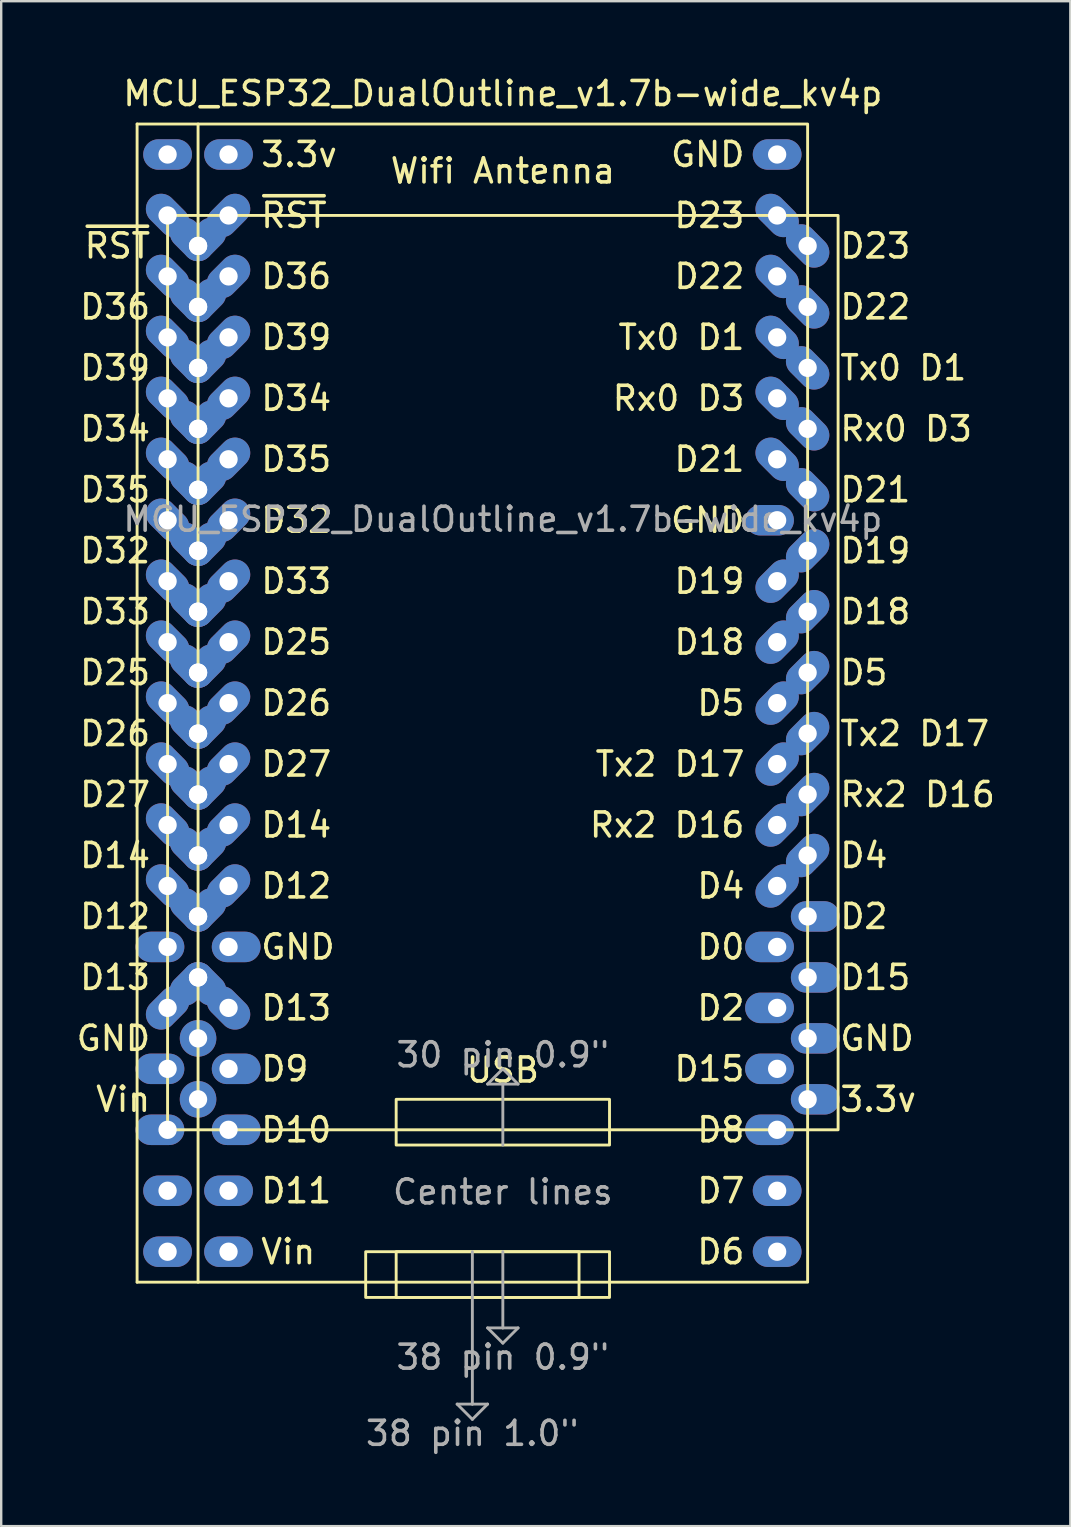
<source format=kicad_pcb>
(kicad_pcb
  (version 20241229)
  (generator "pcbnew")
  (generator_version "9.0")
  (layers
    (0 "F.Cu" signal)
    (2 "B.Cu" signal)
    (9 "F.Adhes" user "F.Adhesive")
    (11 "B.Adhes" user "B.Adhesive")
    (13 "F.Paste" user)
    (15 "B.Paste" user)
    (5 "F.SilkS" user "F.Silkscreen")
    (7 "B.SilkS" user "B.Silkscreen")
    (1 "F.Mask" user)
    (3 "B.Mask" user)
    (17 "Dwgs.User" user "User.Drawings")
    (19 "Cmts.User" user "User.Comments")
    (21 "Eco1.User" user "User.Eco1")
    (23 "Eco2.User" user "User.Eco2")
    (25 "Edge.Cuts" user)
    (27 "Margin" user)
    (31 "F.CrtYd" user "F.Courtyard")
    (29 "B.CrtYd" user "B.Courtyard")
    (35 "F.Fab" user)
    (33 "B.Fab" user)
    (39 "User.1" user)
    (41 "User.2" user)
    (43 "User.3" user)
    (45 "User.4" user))
  (footprint "MCU_ESP32_DualOutline_v1.7b-wide_kv4p"
    (layer "F.Cu")
    (at 17.903 26.248)
    (property "Reference" "MCU_ESP32_DualOutline_v1.7b-wide_kv4p" (at 0 -25.4 0) (unlocked yes) (layer "F.SilkS") (effects (font (size 1 1) (thickness 0.15))))
    (attr through_hole)
    (fp_line (start -15.24 -24.13) (end -15.24 24.13) (stroke (width 0.12) (type default)) (layer "F.SilkS"))
    (fp_line (start -15.24 24.13) (end -12.7 24.13) (stroke (width 0.12) (type default)) (layer "F.SilkS"))
    (fp_line (start -12.7 -24.13) (end -15.24 -24.13) (stroke (width 0.12) (type default)) (layer "F.SilkS"))
    (fp_rect (start -13.97 -20.32) (end 13.97 17.78) (stroke (width 0.12) (type default)) (fill no) (layer "F.SilkS"))
    (fp_rect (start -12.7 -24.13) (end 12.7 24.13) (stroke (width 0.12) (type default)) (fill no) (layer "F.SilkS"))
    (fp_rect (start -5.715 22.86) (end 3.175 24.765) (stroke (width 0.12) (type default)) (fill no) (layer "F.SilkS"))
    (fp_rect (start -4.445 16.51) (end 4.445 18.415) (stroke (width 0.12) (type default)) (fill no) (layer "F.SilkS"))
    (fp_rect (start -4.445 22.86) (end 4.445 24.765) (stroke (width 0.12) (type default)) (fill no) (layer "F.SilkS"))
    (fp_line (start -1.905 29.21) (end -1.27 29.845) (stroke (width 0.12) (type default)) (layer "F.Fab"))
    (fp_line (start -1.27 29.21) (end -1.905 29.21) (stroke (width 0.12) (type default)) (layer "F.Fab"))
    (fp_line (start -1.27 29.21) (end -1.27 22.86) (stroke (width 0.12) (type default)) (layer "F.Fab"))
    (fp_line (start -1.27 29.845) (end -0.635 29.21) (stroke (width 0.12) (type default)) (layer "F.Fab"))
    (fp_line (start -0.635 15.875) (end 0 15.24) (stroke (width 0.12) (type default)) (layer "F.Fab"))
    (fp_line (start -0.635 26.035) (end 0 26.035) (stroke (width 0.12) (type default)) (layer "F.Fab"))
    (fp_line (start -0.635 29.21) (end -1.27 29.21) (stroke (width 0.12) (type default)) (layer "F.Fab"))
    (fp_line (start 0 15.24) (end 0.635 15.875) (stroke (width 0.12) (type default)) (layer "F.Fab"))
    (fp_line (start 0 15.875) (end -0.635 15.875) (stroke (width 0.12) (type default)) (layer "F.Fab"))
    (fp_line (start 0 18.415) (end 0 15.875) (stroke (width 0.12) (type default)) (layer "F.Fab"))
    (fp_line (start 0 22.86) (end 0 26.035) (stroke (width 0.12) (type default)) (layer "F.Fab"))
    (fp_line (start 0 26.035) (end 0.635 26.035) (stroke (width 0.12) (type default)) (layer "F.Fab"))
    (fp_line (start 0 26.67) (end -0.635 26.035) (stroke (width 0.12) (type default)) (layer "F.Fab"))
    (fp_line (start 0.635 15.875) (end 0 15.875) (stroke (width 0.12) (type default)) (layer "F.Fab"))
    (fp_line (start 0.635 26.035) (end 0 26.67) (stroke (width 0.12) (type default)) (layer "F.Fab"))
    (fp_text user "D33" (at -10.16 -5.08 0) (unlocked yes) (layer "F.SilkS") (effects (font (size 1 1) (thickness 0.15)) (justify left)))
    (fp_text user "Rx0 D3" (at 13.97 -11.43 0) (unlocked yes) (layer "F.SilkS") (effects (font (size 1 1) (thickness 0.15)) (justify left)))
    (fp_text user "D14" (at -14.605 6.35 0) (unlocked yes) (layer "F.SilkS") (effects (font (size 1 1) (thickness 0.15)) (justify right)))
    (fp_text user "D22" (at 13.97 -16.51 0) (unlocked yes) (layer "F.SilkS") (effects (font (size 1 1) (thickness 0.15)) (justify left)))
    (fp_text user "D32" (at -10.16 -7.62 0) (unlocked yes) (layer "F.SilkS") (effects (font (size 1 1) (thickness 0.15)) (justify left)))
    (fp_text user "Tx0 D1" (at 13.97 -13.97 0) (unlocked yes) (layer "F.SilkS") (effects (font (size 1 1) (thickness 0.15)) (justify left)))
    (fp_text user "D23" (at 13.97 -19.05 0) (unlocked yes) (layer "F.SilkS") (effects (font (size 1 1) (thickness 0.15)) (justify left)))
    (fp_text user "D27" (at -10.16 2.54 0) (unlocked yes) (layer "F.SilkS") (effects (font (size 1 1) (thickness 0.15)) (justify left)))
    (fp_text user "D22" (at 10.16 -17.78 0) (unlocked yes) (layer "F.SilkS") (effects (font (size 1 1) (thickness 0.15)) (justify right)))
    (fp_text user "D12" (at -10.16 7.62 0) (unlocked yes) (layer "F.SilkS") (effects (font (size 1 1) (thickness 0.15)) (justify left)))
    (fp_text user "Tx0 D1" (at 10.16 -15.24 0) (unlocked yes) (layer "F.SilkS") (effects (font (size 1 1) (thickness 0.15)) (justify right)))
    (fp_text user "GND" (at 13.97 13.97 0) (unlocked yes) (layer "F.SilkS") (effects (font (size 1 1) (thickness 0.15)) (justify left)))
    (fp_text user "D10" (at -10.16 17.78 0) (unlocked yes) (layer "F.SilkS") (effects (font (size 1 1) (thickness 0.15)) (justify left)))
    (fp_text user "D2" (at 10.16 12.7 0) (unlocked yes) (layer "F.SilkS") (effects (font (size 1 1) (thickness 0.15)) (justify right)))
    (fp_text user "D15" (at 13.97 11.43 0) (unlocked yes) (layer "F.SilkS") (effects (font (size 1 1) (thickness 0.15)) (justify left)))
    (fp_text user "D21" (at 13.97 -8.89 0) (unlocked yes) (layer "F.SilkS") (effects (font (size 1 1) (thickness 0.15)) (justify left)))
    (fp_text user "D0" (at 10.16 10.16 0) (unlocked yes) (layer "F.SilkS") (effects (font (size 1 1) (thickness 0.15)) (justify right)))
    (fp_text user "D25" (at -14.605 -1.27 0) (unlocked yes) (layer "F.SilkS") (effects (font (size 1 1) (thickness 0.15)) (justify right)))
    (fp_text user "Wifi Antenna" (at 0 -21.59 0) (unlocked yes) (layer "F.SilkS") (effects (font (size 1 1) (thickness 0.15)) (justify bottom)))
    (fp_text user "D8" (at 10.16 17.78 0) (unlocked yes) (layer "F.SilkS") (effects (font (size 1 1) (thickness 0.15)) (justify right)))
    (fp_text user "~{RST}" (at -10.16 -20.32 0) (unlocked yes) (layer "F.SilkS") (effects (font (size 1 1) (thickness 0.15)) (justify left)))
    (fp_text user "D7" (at 10.16 20.32 0) (unlocked yes) (layer "F.SilkS") (effects (font (size 1 1) (thickness 0.15)) (justify right)))
    (fp_text user "D27" (at -14.605 3.81 0) (unlocked yes) (layer "F.SilkS") (effects (font (size 1 1) (thickness 0.15)) (justify right)))
    (fp_text user "D15" (at 10.16 15.24 0) (unlocked yes) (layer "F.SilkS") (effects (font (size 1 1) (thickness 0.15)) (justify right)))
    (fp_text user "Tx2 D17" (at 13.97 1.27 0) (unlocked yes) (layer "F.SilkS") (effects (font (size 1 1) (thickness 0.15)) (justify left)))
    (fp_text user "Rx2 D16" (at 13.97 3.81 0) (unlocked yes) (layer "F.SilkS") (effects (font (size 1 1) (thickness 0.15)) (justify left)))
    (fp_text user "D35" (at -14.605 -8.89 0) (unlocked yes) (layer "F.SilkS") (effects (font (size 1 1) (thickness 0.15)) (justify right)))
    (fp_text user "D2" (at 13.97 8.89 0) (unlocked yes) (layer "F.SilkS") (effects (font (size 1 1) (thickness 0.15)) (justify left)))
    (fp_text user "~{RST}" (at -14.605 -19.05 0) (unlocked yes) (layer "F.SilkS") (effects (font (size 1 1) (thickness 0.15)) (justify right)))
    (fp_text user "D11" (at -10.16 20.32 0) (unlocked yes) (layer "F.SilkS") (effects (font (size 1 1) (thickness 0.15)) (justify left)))
    (fp_text user "GND" (at 10.16 -22.86 0) (unlocked yes) (layer "F.SilkS") (effects (font (size 1 1) (thickness 0.15)) (justify right)))
    (fp_text user "D34" (at -14.605 -11.43 0) (unlocked yes) (layer "F.SilkS") (effects (font (size 1 1) (thickness 0.15)) (justify right)))
    (fp_text user "D4" (at 10.16 7.62 0) (unlocked yes) (layer "F.SilkS") (effects (font (size 1 1) (thickness 0.15)) (justify right)))
    (fp_text user "Vin" (at -10.16 22.86 0) (unlocked yes) (layer "F.SilkS") (effects (font (size 1 1) (thickness 0.15)) (justify left)))
    (fp_text user "3.3v" (at 13.97 16.51 0) (unlocked yes) (layer "F.SilkS") (effects (font (size 1 1) (thickness 0.15)) (justify left)))
    (fp_text user "D6" (at 10.16 22.86 0) (unlocked yes) (layer "F.SilkS") (effects (font (size 1 1) (thickness 0.15)) (justify right)))
    (fp_text user "GND" (at -10.16 10.16 0) (unlocked yes) (layer "F.SilkS") (effects (font (size 1 1) (thickness 0.15)) (justify left)))
    (fp_text user "D5" (at 13.97 -1.27 0) (unlocked yes) (layer "F.SilkS") (effects (font (size 1 1) (thickness 0.15)) (justify left)))
    (fp_text user "D13" (at -10.16 12.7 0) (unlocked yes) (layer "F.SilkS") (effects (font (size 1 1) (thickness 0.15)) (justify left)))
    (fp_text user "D39" (at -10.16 -15.24 0) (unlocked yes) (layer "F.SilkS") (effects (font (size 1 1) (thickness 0.15)) (justify left)))
    (fp_text user "D4" (at 13.97 6.35 0) (unlocked yes) (layer "F.SilkS") (effects (font (size 1 1) (thickness 0.15)) (justify left)))
    (fp_text user "Rx0 D3" (at 10.16 -12.7 0) (unlocked yes) (layer "F.SilkS") (effects (font (size 1 1) (thickness 0.15)) (justify right)))
    (fp_text user "D5" (at 10.16 0 0) (unlocked yes) (layer "F.SilkS") (effects (font (size 1 1) (thickness 0.15)) (justify right)))
    (fp_text user "USB" (at 0 15.875 0) (unlocked yes) (layer "F.SilkS") (effects (font (size 1 1) (thickness 0.15)) (justify bottom)))
    (fp_text user "D21" (at 10.16 -10.16 0) (unlocked yes) (layer "F.SilkS") (effects (font (size 1 1) (thickness 0.15)) (justify right)))
    (fp_text user "GND" (at -14.605 13.97 0) (unlocked yes) (layer "F.SilkS") (effects (font (size 1 1) (thickness 0.15)) (justify right)))
    (fp_text user "D34" (at -10.16 -12.7 0) (unlocked yes) (layer "F.SilkS") (effects (font (size 1 1) (thickness 0.15)) (justify left)))
    (fp_text user "3.3v" (at -10.16 -22.86 0) (unlocked yes) (layer "F.SilkS") (effects (font (size 1 1) (thickness 0.15)) (justify left)))
    (fp_text user "D36" (at -10.16 -17.78 0) (unlocked yes) (layer "F.SilkS") (effects (font (size 1 1) (thickness 0.15)) (justify left)))
    (fp_text user "Tx2 D17" (at 10.16 2.54 0) (unlocked yes) (layer "F.SilkS") (effects (font (size 1 1) (thickness 0.15)) (justify right)))
    (fp_text user "D13" (at -14.605 11.43 0) (unlocked yes) (layer "F.SilkS") (effects (font (size 1 1) (thickness 0.15)) (justify right)))
    (fp_text user "Rx2 D16" (at 10.16 5.08 0) (unlocked yes) (layer "F.SilkS") (effects (font (size 1 1) (thickness 0.15)) (justify right)))
    (fp_text user "D36" (at -14.605 -16.51 0) (unlocked yes) (layer "F.SilkS") (effects (font (size 1 1) (thickness 0.15)) (justify right)))
    (fp_text user "D18" (at 10.16 -2.54 0) (unlocked yes) (layer "F.SilkS") (effects (font (size 1 1) (thickness 0.15)) (justify right)))
    (fp_text user "D19" (at 10.16 -5.08 0) (unlocked yes) (layer "F.SilkS") (effects (font (size 1 1) (thickness 0.15)) (justify right)))
    (fp_text user "D32" (at -14.605 -6.35 0) (unlocked yes) (layer "F.SilkS") (effects (font (size 1 1) (thickness 0.15)) (justify right)))
    (fp_text user "Vin" (at -14.605 16.51 0) (unlocked yes) (layer "F.SilkS") (effects (font (size 1 1) (thickness 0.15)) (justify right)))
    (fp_text user "D9" (at -10.16 15.24 0) (unlocked yes) (layer "F.SilkS") (effects (font (size 1 1) (thickness 0.15)) (justify left)))
    (fp_text user "D12" (at -14.605 8.89 0) (unlocked yes) (layer "F.SilkS") (effects (font (size 1 1) (thickness 0.15)) (justify right)))
    (fp_text user "D39" (at -14.605 -13.97 0) (unlocked yes) (layer "F.SilkS") (effects (font (size 1 1) (thickness 0.15)) (justify right)))
    (fp_text user "D26" (at -14.605 1.27 0) (unlocked yes) (layer "F.SilkS") (effects (font (size 1 1) (thickness 0.15)) (justify right)))
    (fp_text user "GND" (at 10.16 -7.62 0) (unlocked yes) (layer "F.SilkS") (effects (font (size 1 1) (thickness 0.15)) (justify right)))
    (fp_text user "D33" (at -14.605 -3.81 0) (unlocked yes) (layer "F.SilkS") (effects (font (size 1 1) (thickness 0.15)) (justify right)))
    (fp_text user "D14" (at -10.16 5.08 0) (unlocked yes) (layer "F.SilkS") (effects (font (size 1 1) (thickness 0.15)) (justify left)))
    (fp_text user "D23" (at 10.16 -20.32 0) (unlocked yes) (layer "F.SilkS") (effects (font (size 1 1) (thickness 0.15)) (justify right)))
    (fp_text user "D19" (at 13.97 -6.35 0) (unlocked yes) (layer "F.SilkS") (effects (font (size 1 1) (thickness 0.15)) (justify left)))
    (fp_text user "D35" (at -10.16 -10.16 0) (unlocked yes) (layer "F.SilkS") (effects (font (size 1 1) (thickness 0.15)) (justify left)))
    (fp_text user "D25" (at -10.16 -2.54 0) (unlocked yes) (layer "F.SilkS") (effects (font (size 1 1) (thickness 0.15)) (justify left)))
    (fp_text user "D18" (at 13.97 -3.81 0) (unlocked yes) (layer "F.SilkS") (effects (font (size 1 1) (thickness 0.15)) (justify left)))
    (fp_text user "D26" (at -10.16 0 0) (unlocked yes) (layer "F.SilkS") (effects (font (size 1 1) (thickness 0.15)) (justify left)))
    (fp_text user "38 pin 0.9\"" (at 0 26.67 0) (unlocked yes) (layer "F.Fab") (effects (font (size 1 1) (thickness 0.15)) (justify top)))
    (fp_text user "Center lines" (at 0 20.955 0) (unlocked yes) (layer "F.Fab") (effects (font (size 1 1) (thickness 0.15)) (justify bottom)))
    (fp_text user "${REFERENCE}" (at 0 -7.66 0) (unlocked yes) (layer "F.Fab") (effects (font (size 1 1) (thickness 0.15))))
    (fp_text user "38 pin 1.0\"" (at -1.27 29.845 0) (unlocked yes) (layer "F.Fab") (effects (font (size 1 1) (thickness 0.15)) (justify top)))
    (fp_text user "30 pin 0.9\"" (at 0 15.24 0) (unlocked yes) (layer "F.Fab") (effects (font (size 1 1) (thickness 0.15)) (justify bottom)))
    (pad "1" thru_hole oval (at -13.97 -22.86) (size 2.032 1.27) (drill 0.762) (layers "*.Cu" "*.Mask"))
    (pad "1" thru_hole oval (at -11.43 -22.86) (size 2.032 1.27) (drill 0.762) (layers "*.Cu" "*.Mask"))
    (pad "1" thru_hole oval (at 12.7 16.51) (size 2.032 1.27) (drill 0.762 (offset 0.318 0)) (layers "*.Cu" "*.Mask"))
    (pad "2" thru_hole oval (at -13.97 -20.32 45) (size 1.27 2.032) (drill 0.762) (layers "*.Cu" "*.Mask"))
    (pad "2" thru_hole oval (at -12.7 -19.05 315) (size 1.27 2.032) (drill 0.762 (offset 0 -0.381)) (layers "*.Cu" "*.Mask"))
    (pad "2" thru_hole oval (at -12.7 -19.05 45) (size 1.27 2.032) (drill 0.762 (offset 0 -0.381)) (layers "*.Cu" "*.Mask"))
    (pad "2" thru_hole oval (at -11.43 -20.32 315) (size 1.27 2.032) (drill 0.762) (layers "*.Cu" "*.Mask"))
    (pad "3" thru_hole oval (at -13.97 -17.78 45) (size 1.27 2.032) (drill 0.762) (layers "*.Cu" "*.Mask"))
    (pad "3" thru_hole oval (at -12.7 -16.51 45) (size 1.27 2.032) (drill 0.762 (offset 0 -0.381)) (layers "*.Cu" "*.Mask"))
    (pad "3" thru_hole oval (at -12.7 -16.51 315) (size 1.27 2.032) (drill 0.762 (offset 0 -0.381)) (layers "*.Cu" "*.Mask"))
    (pad "3" thru_hole oval (at -11.43 -17.78 315) (size 1.27 2.032) (drill 0.762) (layers "*.Cu" "*.Mask"))
    (pad "4" thru_hole oval (at -13.97 -15.24 45) (size 1.27 2.032) (drill 0.762) (layers "*.Cu" "*.Mask"))
    (pad "4" thru_hole oval (at -12.7 -13.97 45) (size 1.27 2.032) (drill 0.762 (offset 0 -0.381)) (layers "*.Cu" "*.Mask"))
    (pad "4" thru_hole oval (at -12.7 -13.97 315) (size 1.27 2.032) (drill 0.762 (offset 0 -0.381)) (layers "*.Cu" "*.Mask"))
    (pad "4" thru_hole oval (at -11.43 -15.24 315) (size 1.27 2.032) (drill 0.762) (layers "*.Cu" "*.Mask"))
    (pad "5" thru_hole oval (at -13.97 -12.7 45) (size 1.27 2.032) (drill 0.762) (layers "*.Cu" "*.Mask"))
    (pad "5" thru_hole oval (at -12.7 -11.43 45) (size 1.27 2.032) (drill 0.762 (offset 0 -0.381)) (layers "*.Cu" "*.Mask"))
    (pad "5" thru_hole oval (at -12.7 -11.43 315) (size 1.27 2.032) (drill 0.762 (offset 0 -0.381)) (layers "*.Cu" "*.Mask"))
    (pad "5" thru_hole oval (at -11.43 -12.7 315) (size 1.27 2.032) (drill 0.762) (layers "*.Cu" "*.Mask"))
    (pad "6" thru_hole oval (at -13.97 -10.16 45) (size 1.27 2.032) (drill 0.762) (layers "*.Cu" "*.Mask"))
    (pad "6" thru_hole oval (at -12.7 -8.89 45) (size 1.27 2.032) (drill 0.762 (offset 0 -0.381)) (layers "*.Cu" "*.Mask"))
    (pad "6" thru_hole oval (at -12.7 -8.89 315) (size 1.27 2.032) (drill 0.762 (offset 0 -0.381)) (layers "*.Cu" "*.Mask"))
    (pad "6" thru_hole oval (at -11.43 -10.16 315) (size 1.27 2.032) (drill 0.762) (layers "*.Cu" "*.Mask"))
    (pad "7" thru_hole oval (at -13.97 -7.62 45) (size 1.27 2.032) (drill 0.762) (layers "*.Cu" "*.Mask"))
    (pad "7" thru_hole oval (at -12.7 -6.35 45) (size 1.27 2.032) (drill 0.762 (offset 0 -0.381)) (layers "*.Cu" "*.Mask"))
    (pad "7" thru_hole oval (at -12.7 -6.35 315) (size 1.27 2.032) (drill 0.762 (offset 0 -0.381)) (layers "*.Cu" "*.Mask"))
    (pad "7" thru_hole oval (at -11.43 -7.62 315) (size 1.27 2.032) (drill 0.762) (layers "*.Cu" "*.Mask"))
    (pad "8" thru_hole oval (at -13.97 -5.08 45) (size 1.27 2.032) (drill 0.762) (layers "*.Cu" "*.Mask"))
    (pad "8" thru_hole oval (at -12.7 -3.81 315) (size 1.27 2.032) (drill 0.762 (offset 0 -0.381)) (layers "*.Cu" "*.Mask"))
    (pad "8" thru_hole oval (at -12.7 -3.81 45) (size 1.27 2.032) (drill 0.762 (offset 0 -0.381)) (layers "*.Cu" "*.Mask"))
    (pad "8" thru_hole oval (at -11.43 -5.08 315) (size 1.27 2.032) (drill 0.762) (layers "*.Cu" "*.Mask"))
    (pad "9" thru_hole oval (at -13.97 -2.54 45) (size 1.27 2.032) (drill 0.762) (layers "*.Cu" "*.Mask"))
    (pad "9" thru_hole oval (at -12.7 -1.27 315) (size 1.27 2.032) (drill 0.762 (offset 0 -0.381)) (layers "*.Cu" "*.Mask"))
    (pad "9" thru_hole oval (at -12.7 -1.27 45) (size 1.27 2.032) (drill 0.762 (offset 0 -0.381)) (layers "*.Cu" "*.Mask"))
    (pad "9" thru_hole oval (at -11.43 -2.54 315) (size 1.27 2.032) (drill 0.762) (layers "*.Cu" "*.Mask"))
    (pad "10" thru_hole oval (at -13.97 0 45) (size 1.27 2.032) (drill 0.762) (layers "*.Cu" "*.Mask"))
    (pad "10" thru_hole oval (at -12.7 1.27 315) (size 1.27 2.032) (drill 0.762 (offset 0 -0.381)) (layers "*.Cu" "*.Mask"))
    (pad "10" thru_hole oval (at -12.7 1.27 45) (size 1.27 2.032) (drill 0.762 (offset 0 -0.381)) (layers "*.Cu" "*.Mask"))
    (pad "10" thru_hole oval (at -11.43 0 315) (size 1.27 2.032) (drill 0.762) (layers "*.Cu" "*.Mask"))
    (pad "11" thru_hole oval (at -13.97 2.54 45) (size 1.27 2.032) (drill 0.762) (layers "*.Cu" "*.Mask"))
    (pad "11" thru_hole oval (at -12.7 3.81 315) (size 1.27 2.032) (drill 0.762 (offset 0 -0.381)) (layers "*.Cu" "*.Mask"))
    (pad "11" thru_hole oval (at -12.7 3.81 45) (size 1.27 2.032) (drill 0.762 (offset 0 -0.381)) (layers "*.Cu" "*.Mask"))
    (pad "11" thru_hole oval (at -11.43 2.54 315) (size 1.27 2.032) (drill 0.762) (layers "*.Cu" "*.Mask"))
    (pad "12" thru_hole oval (at -13.97 5.08 45) (size 1.27 2.032) (drill 0.762) (layers "*.Cu" "*.Mask"))
    (pad "12" thru_hole oval (at -12.7 6.35 315) (size 1.27 2.032) (drill 0.762 (offset 0 -0.381)) (layers "*.Cu" "*.Mask"))
    (pad "12" thru_hole oval (at -12.7 6.35 45) (size 1.27 2.032) (drill 0.762 (offset 0 -0.381)) (layers "*.Cu" "*.Mask"))
    (pad "12" thru_hole oval (at -11.43 5.08 315) (size 1.27 2.032) (drill 0.762) (layers "*.Cu" "*.Mask"))
    (pad "13" thru_hole oval (at -13.97 7.62 45) (size 1.27 2.032) (drill 0.762) (layers "*.Cu" "*.Mask"))
    (pad "13" thru_hole oval (at -12.7 8.89 315) (size 1.27 2.032) (drill 0.762 (offset 0 -0.381)) (layers "*.Cu" "*.Mask"))
    (pad "13" thru_hole oval (at -12.7 8.89 45) (size 1.27 2.032) (drill 0.762 (offset 0 -0.381)) (layers "*.Cu" "*.Mask"))
    (pad "13" thru_hole oval (at -11.43 7.62 315) (size 1.27 2.032) (drill 0.762) (layers "*.Cu" "*.Mask"))
    (pad "14" thru_hole oval (at -13.97 10.16) (size 2.032 1.27) (drill 0.762 (offset -0.318 0)) (layers "*.Cu" "*.Mask"))
    (pad "14" thru_hole circle (at -12.7 13.97) (size 1.524 1.524) (drill 0.762) (layers "*.Cu" "*.Mask"))
    (pad "14" thru_hole oval (at -11.43 10.16) (size 2.032 1.27) (drill 0.762 (offset 0.318 0)) (layers "*.Cu" "*.Mask"))
    (pad "15" thru_hole oval (at -13.97 12.7 315) (size 1.27 2.032) (drill 0.762) (layers "*.Cu" "*.Mask"))
    (pad "15" thru_hole oval (at -12.7 11.43 45) (size 1.27 2.032) (drill 0.762 (offset 0 0.381)) (layers "*.Cu" "*.Mask"))
    (pad "15" thru_hole oval (at -12.7 11.43 315) (size 1.27 2.032) (drill 0.762 (offset 0 0.381)) (layers "*.Cu" "*.Mask"))
    (pad "15" thru_hole oval (at -11.43 12.7 45) (size 1.27 2.032) (drill 0.762) (layers "*.Cu" "*.Mask"))
    (pad "16" thru_hole oval (at -13.97 15.24) (size 2.032 1.27) (drill 0.762 (offset -0.318 0)) (layers "*.Cu" "*.Mask"))
    (pad "16" thru_hole oval (at -11.43 15.24) (size 2.032 1.27) (drill 0.762 (offset 0.318 0)) (layers "*.Cu" "*.Mask"))
    (pad "17" thru_hole oval (at -13.97 17.78) (size 2.032 1.27) (drill 0.762 (offset -0.318 0)) (layers "*.Cu" "*.Mask"))
    (pad "17" thru_hole oval (at -11.43 17.78) (size 2.032 1.27) (drill 0.762 (offset 0.318 0)) (layers "*.Cu" "*.Mask"))
    (pad "18" thru_hole oval (at -13.97 20.32) (size 2.032 1.27) (drill 0.762) (layers "*.Cu" "*.Mask"))
    (pad "18" thru_hole oval (at -11.43 20.32) (size 2.032 1.27) (drill 0.762) (layers "*.Cu" "*.Mask"))
    (pad "19" thru_hole oval (at -13.97 22.86) (size 2.032 1.27) (drill 0.762) (layers "*.Cu" "*.Mask"))
    (pad "19" thru_hole circle (at -12.7 16.51) (size 1.524 1.524) (drill 0.762) (layers "*.Cu" "*.Mask"))
    (pad "19" thru_hole oval (at -11.43 22.86) (size 2.032 1.27) (drill 0.762) (layers "*.Cu" "*.Mask"))
    (pad "20" thru_hole oval (at 11.43 22.86) (size 2.032 1.27) (drill 0.762) (layers "*.Cu" "*.Mask"))
    (pad "21" thru_hole oval (at 11.43 20.32) (size 2.032 1.27) (drill 0.762) (layers "*.Cu" "*.Mask"))
    (pad "22" thru_hole oval (at 11.43 17.78) (size 2.032 1.27) (drill 0.762 (offset -0.318 0)) (layers "*.Cu" "*.Mask"))
    (pad "23" thru_hole oval (at 11.43 15.24) (size 2.032 1.27) (drill 0.762 (offset -0.318 0)) (layers "*.Cu" "*.Mask"))
    (pad "23" thru_hole oval (at 12.7 11.43) (size 2.032 1.27) (drill 0.762 (offset 0.318 0)) (layers "*.Cu" "*.Mask"))
    (pad "24" thru_hole oval (at 11.43 12.7) (size 2.032 1.27) (drill 0.762 (offset -0.318 0)) (layers "*.Cu" "*.Mask"))
    (pad "24" thru_hole oval (at 12.7 8.89) (size 2.032 1.27) (drill 0.762 (offset 0.318 0)) (layers "*.Cu" "*.Mask"))
    (pad "25" thru_hole oval (at 11.43 10.16) (size 2.032 1.27) (drill 0.762 (offset -0.318 0)) (layers "*.Cu" "*.Mask"))
    (pad "26" thru_hole oval (at 11.43 7.62 315) (size 1.27 2.032) (drill 0.762) (layers "*.Cu" "*.Mask"))
    (pad "26" thru_hole oval (at 12.7 6.35 315) (size 1.27 2.032) (drill 0.762) (layers "*.Cu" "*.Mask"))
    (pad "27" thru_hole oval (at 11.43 5.08 315) (size 1.27 2.032) (drill 0.762) (layers "*.Cu" "*.Mask"))
    (pad "27" thru_hole oval (at 12.7 3.81 315) (size 1.27 2.032) (drill 0.762) (layers "*.Cu" "*.Mask"))
    (pad "28" thru_hole oval (at 11.43 2.54 315) (size 1.27 2.032) (drill 0.762) (layers "*.Cu" "*.Mask"))
    (pad "28" thru_hole oval (at 12.7 1.27 315) (size 1.27 2.032) (drill 0.762) (layers "*.Cu" "*.Mask"))
    (pad "29" thru_hole oval (at 11.43 0 315) (size 1.27 2.032) (drill 0.762) (layers "*.Cu" "*.Mask"))
    (pad "29" thru_hole oval (at 12.7 -1.27 315) (size 1.27 2.032) (drill 0.762) (layers "*.Cu" "*.Mask"))
    (pad "30" thru_hole oval (at 11.43 -2.54 315) (size 1.27 2.032) (drill 0.762) (layers "*.Cu" "*.Mask"))
    (pad "30" thru_hole oval (at 12.7 -3.81 315) (size 1.27 2.032) (drill 0.762) (layers "*.Cu" "*.Mask"))
    (pad "31" thru_hole oval (at 11.43 -5.08 315) (size 1.27 2.032) (drill 0.762) (layers "*.Cu" "*.Mask"))
    (pad "31" thru_hole oval (at 12.7 -6.35 315) (size 1.27 2.032) (drill 0.762) (layers "*.Cu" "*.Mask"))
    (pad "32" thru_hole oval (at 11.43 -7.62) (size 2.032 1.27) (drill 0.762 (offset -0.318 0)) (layers "*.Cu" "*.Mask"))
    (pad "32" thru_hole oval (at 12.7 13.97) (size 2.032 1.27) (drill 0.762 (offset 0.318 0)) (layers "*.Cu" "*.Mask"))
    (pad "33" thru_hole oval (at 11.43 -10.16 45) (size 1.27 2.032) (drill 0.762) (layers "*.Cu" "*.Mask"))
    (pad "33" thru_hole oval (at 12.7 -8.89 45) (size 1.27 2.032) (drill 0.762) (layers "*.Cu" "*.Mask"))
    (pad "34" thru_hole oval (at 11.43 -12.7 45) (size 1.27 2.032) (drill 0.762) (layers "*.Cu" "*.Mask"))
    (pad "34" thru_hole oval (at 12.7 -11.43 45) (size 1.27 2.032) (drill 0.762) (layers "*.Cu" "*.Mask"))
    (pad "35" thru_hole oval (at 11.43 -15.24 45) (size 1.27 2.032) (drill 0.762) (layers "*.Cu" "*.Mask"))
    (pad "35" thru_hole oval (at 12.7 -13.97 45) (size 1.27 2.032) (drill 0.762) (layers "*.Cu" "*.Mask"))
    (pad "36" thru_hole oval (at 11.43 -17.78 45) (size 1.27 2.032) (drill 0.762) (layers "*.Cu" "*.Mask"))
    (pad "36" thru_hole oval (at 12.7 -16.51 45) (size 1.27 2.032) (drill 0.762) (layers "*.Cu" "*.Mask"))
    (pad "37" thru_hole oval (at 11.43 -20.32 45) (size 1.27 2.032) (drill 0.762) (layers "*.Cu" "*.Mask"))
    (pad "37" thru_hole oval (at 12.7 -19.05 45) (size 1.27 2.032) (drill 0.762) (layers "*.Cu" "*.Mask"))
    (pad "38" thru_hole oval (at 11.43 -22.86) (size 2.032 1.27) (drill 0.762) (layers "*.Cu" "*.Mask")))
  (gr_rect
    (start -3 -3)
    (end 41.551 60.543)
    (stroke (width 0.1) (type default))
    (fill no)
    (layer "Edge.Cuts")))
</source>
